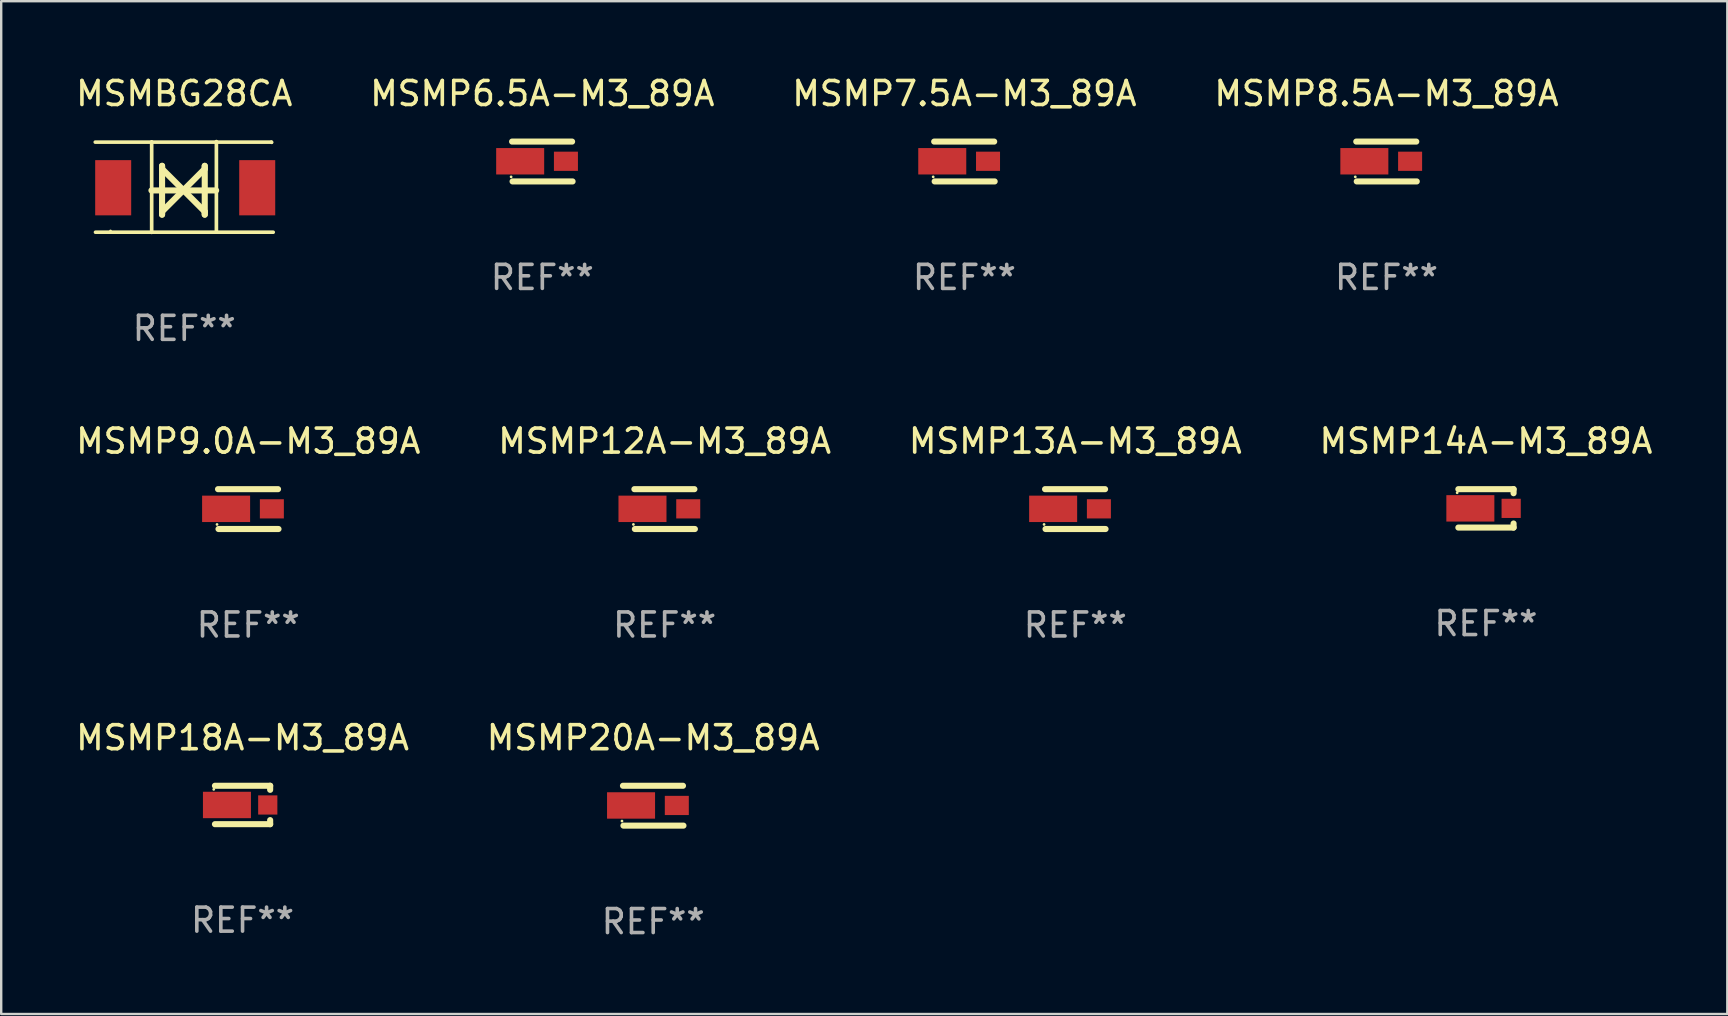
<source format=kicad_pcb>
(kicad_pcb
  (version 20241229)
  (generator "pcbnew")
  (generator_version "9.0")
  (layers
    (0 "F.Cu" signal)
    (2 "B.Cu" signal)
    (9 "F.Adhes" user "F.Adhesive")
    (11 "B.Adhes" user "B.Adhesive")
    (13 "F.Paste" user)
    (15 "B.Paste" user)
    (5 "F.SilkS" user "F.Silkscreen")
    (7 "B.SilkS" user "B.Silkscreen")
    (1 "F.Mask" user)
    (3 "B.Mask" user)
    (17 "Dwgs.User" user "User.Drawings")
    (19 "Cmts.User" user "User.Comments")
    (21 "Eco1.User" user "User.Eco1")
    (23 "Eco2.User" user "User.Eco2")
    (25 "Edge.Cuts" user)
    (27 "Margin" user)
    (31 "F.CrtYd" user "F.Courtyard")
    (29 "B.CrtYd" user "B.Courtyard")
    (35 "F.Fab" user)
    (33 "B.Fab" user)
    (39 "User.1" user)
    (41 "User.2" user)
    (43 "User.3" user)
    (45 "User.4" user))
  (footprint "MSMP7.5A-M3_89A"
    (layer "F.Cu")
    (at 37.125 3.678)
    (property "Reference" "MSMP7.5A-M3_89A" (at 0 -2.83 0) (layer "F.SilkS") (effects (font (size 1 1) (thickness 0.15))))
    (attr through_hole)
    (fp_line (start -1.26 -0.83) (end 1.24 -0.83) (stroke (width 0.254) (type solid)) (layer "F.SilkS"))
    (fp_line (start -1.24 0.83) (end 1.26 0.83) (stroke (width 0.254) (type solid)) (layer "F.SilkS"))
    (fp_circle (center -1.301 0.64) (end -1.271 0.64) (stroke (width 0.06) (type solid)) (fill no) (layer "F.SilkS"))
    (fp_text user "REF**" (at 0 4.83 0) (layer "F.Fab") (effects (font (size 1 1) (thickness 0.15))))
    (pad "1" smd rect (at -0.923 -0.01 90) (size 1.1 2) (layers "F.Cu" "F.Mask" "F.Paste"))
    (pad "2" smd rect (at 0.983 -0.01) (size 1 0.8) (layers "F.Cu" "F.Mask" "F.Paste")))
  (footprint "MSMBG28CA"
    (layer "F.Cu")
    (at 4.625 4.739)
    (property "Reference" "MSMBG28CA" (at 0 -3.891 0) (layer "F.SilkS") (effects (font (size 1 1) (thickness 0.15))))
    (attr through_hole)
    (fp_line (start -3.707 -1.868) (end 3.631 -1.868) (stroke (width 0.15) (type solid)) (layer "F.SilkS"))
    (fp_line (start -3.697 1.885) (end 3.707 1.885) (stroke (width 0.15) (type solid)) (layer "F.SilkS"))
    (fp_line (start -1.366 0.144) (end 1.329 0.144) (stroke (width 0.254) (type solid)) (layer "F.SilkS"))
    (fp_line (start -1.357 1.891) (end -1.357 -1.881) (stroke (width 0.152) (type solid)) (layer "F.SilkS"))
    (fp_line (start -0.924 -0.88) (end -0.924 1.152) (stroke (width 0.254) (type solid)) (layer "F.SilkS"))
    (fp_line (start -0.924 -0.753) (end -0.924 -0.88) (stroke (width 0.254) (type solid)) (layer "F.SilkS"))
    (fp_line (start -0.924 1.025) (end -0.035 0.136) (stroke (width 0.254) (type solid)) (layer "F.SilkS"))
    (fp_line (start -0.924 1.152) (end -0.924 1.025) (stroke (width 0.254) (type solid)) (layer "F.SilkS"))
    (fp_line (start -0.035 0.136) (end -0.924 -0.753) (stroke (width 0.254) (type solid)) (layer "F.SilkS"))
    (fp_line (start -0.035 0.136) (end 0.854 1.025) (stroke (width 0.254) (type solid)) (layer "F.SilkS"))
    (fp_line (start 0.854 -0.88) (end 0.854 -0.753) (stroke (width 0.254) (type solid)) (layer "F.SilkS"))
    (fp_line (start 0.854 -0.753) (end -0.035 0.136) (stroke (width 0.254) (type solid)) (layer "F.SilkS"))
    (fp_line (start 0.854 1.025) (end 0.854 1.152) (stroke (width 0.254) (type solid)) (layer "F.SilkS"))
    (fp_line (start 0.854 1.152) (end 0.854 -0.88) (stroke (width 0.254) (type solid)) (layer "F.SilkS"))
    (fp_line (start 1.339 1.881) (end 1.339 -1.891) (stroke (width 0.152) (type solid)) (layer "F.SilkS"))
    (fp_line (start 3.631 -1.868) (end 3.641 -1.859) (stroke (width 0.15) (type solid)) (layer "F.SilkS"))
    (fp_circle (center -3.072 1.832) (end -3.042 1.832) (stroke (width 0.06) (type solid)) (fill no) (layer "F.SilkS"))
    (fp_text user "REF**" (at 0 5.891 0) (layer "F.Fab") (effects (font (size 1 1) (thickness 0.15))))
    (pad "1" smd rect (at -2.96 0.032) (size 1.5 2.3) (layers "F.Cu" "F.Mask" "F.Paste"))
    (pad "2" smd rect (at 3.04 0.032) (size 1.5 2.3) (layers "F.Cu" "F.Mask" "F.Paste")))
  (footprint "MSMP13A-M3_89A"
    (layer "F.Cu")
    (at 41.744 18.157)
    (property "Reference" "MSMP13A-M3_89A" (at 0 -2.83 0) (layer "F.SilkS") (effects (font (size 1 1) (thickness 0.15))))
    (attr through_hole)
    (fp_line (start -1.26 -0.83) (end 1.24 -0.83) (stroke (width 0.254) (type solid)) (layer "F.SilkS"))
    (fp_line (start -1.24 0.83) (end 1.26 0.83) (stroke (width 0.254) (type solid)) (layer "F.SilkS"))
    (fp_circle (center -1.301 0.64) (end -1.271 0.64) (stroke (width 0.06) (type solid)) (fill no) (layer "F.SilkS"))
    (fp_text user "REF**" (at 0 4.83 0) (layer "F.Fab") (effects (font (size 1 1) (thickness 0.15))))
    (pad "1" smd rect (at -0.923 -0.01 90) (size 1.1 2) (layers "F.Cu" "F.Mask" "F.Paste"))
    (pad "2" smd rect (at 0.983 -0.01) (size 1 0.8) (layers "F.Cu" "F.Mask" "F.Paste")))
  (footprint "MSMP6.5A-M3_89A"
    (layer "F.Cu")
    (at 19.542 3.678)
    (property "Reference" "MSMP6.5A-M3_89A" (at 0 -2.83 0) (layer "F.SilkS") (effects (font (size 1 1) (thickness 0.15))))
    (attr through_hole)
    (fp_line (start -1.26 -0.83) (end 1.24 -0.83) (stroke (width 0.254) (type solid)) (layer "F.SilkS"))
    (fp_line (start -1.24 0.83) (end 1.26 0.83) (stroke (width 0.254) (type solid)) (layer "F.SilkS"))
    (fp_circle (center -1.301 0.64) (end -1.271 0.64) (stroke (width 0.06) (type solid)) (fill no) (layer "F.SilkS"))
    (fp_text user "REF**" (at 0 4.83 0) (layer "F.Fab") (effects (font (size 1 1) (thickness 0.15))))
    (pad "1" smd rect (at -0.923 -0.01 90) (size 1.1 2) (layers "F.Cu" "F.Mask" "F.Paste"))
    (pad "2" smd rect (at 0.983 -0.01) (size 1 0.8) (layers "F.Cu" "F.Mask" "F.Paste")))
  (footprint "MSMP12A-M3_89A"
    (layer "F.Cu")
    (at 24.637 18.157)
    (property "Reference" "MSMP12A-M3_89A" (at 0 -2.83 0) (layer "F.SilkS") (effects (font (size 1 1) (thickness 0.15))))
    (attr through_hole)
    (fp_line (start -1.26 -0.83) (end 1.24 -0.83) (stroke (width 0.254) (type solid)) (layer "F.SilkS"))
    (fp_line (start -1.24 0.83) (end 1.26 0.83) (stroke (width 0.254) (type solid)) (layer "F.SilkS"))
    (fp_circle (center -1.301 0.64) (end -1.271 0.64) (stroke (width 0.06) (type solid)) (fill no) (layer "F.SilkS"))
    (fp_text user "REF**" (at 0 4.83 0) (layer "F.Fab") (effects (font (size 1 1) (thickness 0.15))))
    (pad "1" smd rect (at -0.923 -0.01 90) (size 1.1 2) (layers "F.Cu" "F.Mask" "F.Paste"))
    (pad "2" smd rect (at 0.983 -0.01) (size 1 0.8) (layers "F.Cu" "F.Mask" "F.Paste")))
  (footprint "MSMP18A-M3_89A"
    (layer "F.Cu")
    (at 7.054 30.483)
    (property "Reference" "MSMP18A-M3_89A" (at 0 -2.8 0) (layer "F.SilkS") (effects (font (size 1 1) (thickness 0.15))))
    (attr through_hole)
    (fp_line (start -1.15 -0.8) (end 1.15 -0.8) (stroke (width 0.254) (type solid)) (layer "F.SilkS"))
    (fp_line (start -1.15 0.8) (end 1.15 0.8) (stroke (width 0.254) (type solid)) (layer "F.SilkS"))
    (fp_line (start 1.15 -0.8) (end 1.15 -0.631) (stroke (width 0.254) (type solid)) (layer "F.SilkS"))
    (fp_line (start 1.15 0.631) (end 1.15 0.8) (stroke (width 0.254) (type solid)) (layer "F.SilkS"))
    (fp_circle (center -1.2 -0.65) (end -1.17 -0.65) (stroke (width 0.06) (type solid)) (fill no) (layer "F.SilkS"))
    (fp_text user "REF**" (at 0 4.8 0) (layer "F.Fab") (effects (font (size 1 1) (thickness 0.15))))
    (pad "1" smd rect (at -0.65 -0.000076 270) (size 1.1 2) (layers "F.Cu" "F.Mask" "F.Paste"))
    (pad "2" smd rect (at 1.05 -0.000076) (size 0.8 0.8) (layers "F.Cu" "F.Mask" "F.Paste")))
  (footprint "MSMP20A-M3_89A"
    (layer "F.Cu")
    (at 24.161 30.513)
    (property "Reference" "MSMP20A-M3_89A" (at 0 -2.83 0) (layer "F.SilkS") (effects (font (size 1 1) (thickness 0.15))))
    (attr through_hole)
    (fp_line (start -1.26 -0.83) (end 1.24 -0.83) (stroke (width 0.254) (type solid)) (layer "F.SilkS"))
    (fp_line (start -1.24 0.83) (end 1.26 0.83) (stroke (width 0.254) (type solid)) (layer "F.SilkS"))
    (fp_circle (center -1.301 0.64) (end -1.271 0.64) (stroke (width 0.06) (type solid)) (fill no) (layer "F.SilkS"))
    (fp_text user "REF**" (at 0 4.83 0) (layer "F.Fab") (effects (font (size 1 1) (thickness 0.15))))
    (pad "1" smd rect (at -0.923 -0.01 90) (size 1.1 2) (layers "F.Cu" "F.Mask" "F.Paste"))
    (pad "2" smd rect (at 0.983 -0.01) (size 1 0.8) (layers "F.Cu" "F.Mask" "F.Paste")))
  (footprint "MSMP9.0A-M3_89A"
    (layer "F.Cu")
    (at 7.292 18.157)
    (property "Reference" "MSMP9.0A-M3_89A" (at 0 -2.83 0) (layer "F.SilkS") (effects (font (size 1 1) (thickness 0.15))))
    (attr through_hole)
    (fp_line (start -1.26 -0.83) (end 1.24 -0.83) (stroke (width 0.254) (type solid)) (layer "F.SilkS"))
    (fp_line (start -1.24 0.83) (end 1.26 0.83) (stroke (width 0.254) (type solid)) (layer "F.SilkS"))
    (fp_circle (center -1.301 0.64) (end -1.271 0.64) (stroke (width 0.06) (type solid)) (fill no) (layer "F.SilkS"))
    (fp_text user "REF**" (at 0 4.83 0) (layer "F.Fab") (effects (font (size 1 1) (thickness 0.15))))
    (pad "1" smd rect (at -0.923 -0.01 90) (size 1.1 2) (layers "F.Cu" "F.Mask" "F.Paste"))
    (pad "2" smd rect (at 0.983 -0.01) (size 1 0.8) (layers "F.Cu" "F.Mask" "F.Paste")))
  (footprint "MSMP8.5A-M3_89A"
    (layer "F.Cu")
    (at 54.708 3.678)
    (property "Reference" "MSMP8.5A-M3_89A" (at 0 -2.83 0) (layer "F.SilkS") (effects (font (size 1 1) (thickness 0.15))))
    (attr through_hole)
    (fp_line (start -1.26 -0.83) (end 1.24 -0.83) (stroke (width 0.254) (type solid)) (layer "F.SilkS"))
    (fp_line (start -1.24 0.83) (end 1.26 0.83) (stroke (width 0.254) (type solid)) (layer "F.SilkS"))
    (fp_circle (center -1.301 0.64) (end -1.271 0.64) (stroke (width 0.06) (type solid)) (fill no) (layer "F.SilkS"))
    (fp_text user "REF**" (at 0 4.83 0) (layer "F.Fab") (effects (font (size 1 1) (thickness 0.15))))
    (pad "1" smd rect (at -0.923 -0.01 90) (size 1.1 2) (layers "F.Cu" "F.Mask" "F.Paste"))
    (pad "2" smd rect (at 0.983 -0.01) (size 1 0.8) (layers "F.Cu" "F.Mask" "F.Paste")))
  (footprint "MSMP14A-M3_89A"
    (layer "F.Cu")
    (at 58.851 18.127)
    (property "Reference" "MSMP14A-M3_89A" (at 0 -2.8 0) (layer "F.SilkS") (effects (font (size 1 1) (thickness 0.15))))
    (attr through_hole)
    (fp_line (start -1.15 -0.8) (end 1.15 -0.8) (stroke (width 0.254) (type solid)) (layer "F.SilkS"))
    (fp_line (start -1.15 0.8) (end 1.15 0.8) (stroke (width 0.254) (type solid)) (layer "F.SilkS"))
    (fp_line (start 1.15 -0.8) (end 1.15 -0.631) (stroke (width 0.254) (type solid)) (layer "F.SilkS"))
    (fp_line (start 1.15 0.631) (end 1.15 0.8) (stroke (width 0.254) (type solid)) (layer "F.SilkS"))
    (fp_circle (center -1.2 -0.65) (end -1.17 -0.65) (stroke (width 0.06) (type solid)) (fill no) (layer "F.SilkS"))
    (fp_text user "REF**" (at 0 4.8 0) (layer "F.Fab") (effects (font (size 1 1) (thickness 0.15))))
    (pad "1" smd rect (at -0.65 -0.000076 270) (size 1.1 2) (layers "F.Cu" "F.Mask" "F.Paste"))
    (pad "2" smd rect (at 1.05 -0.000076) (size 0.8 0.8) (layers "F.Cu" "F.Mask" "F.Paste")))
  (gr_rect
    (start -3 -3)
    (end 68.905 39.191)
    (stroke (width 0.1) (type default))
    (fill no)
    (layer "Edge.Cuts")))
</source>
